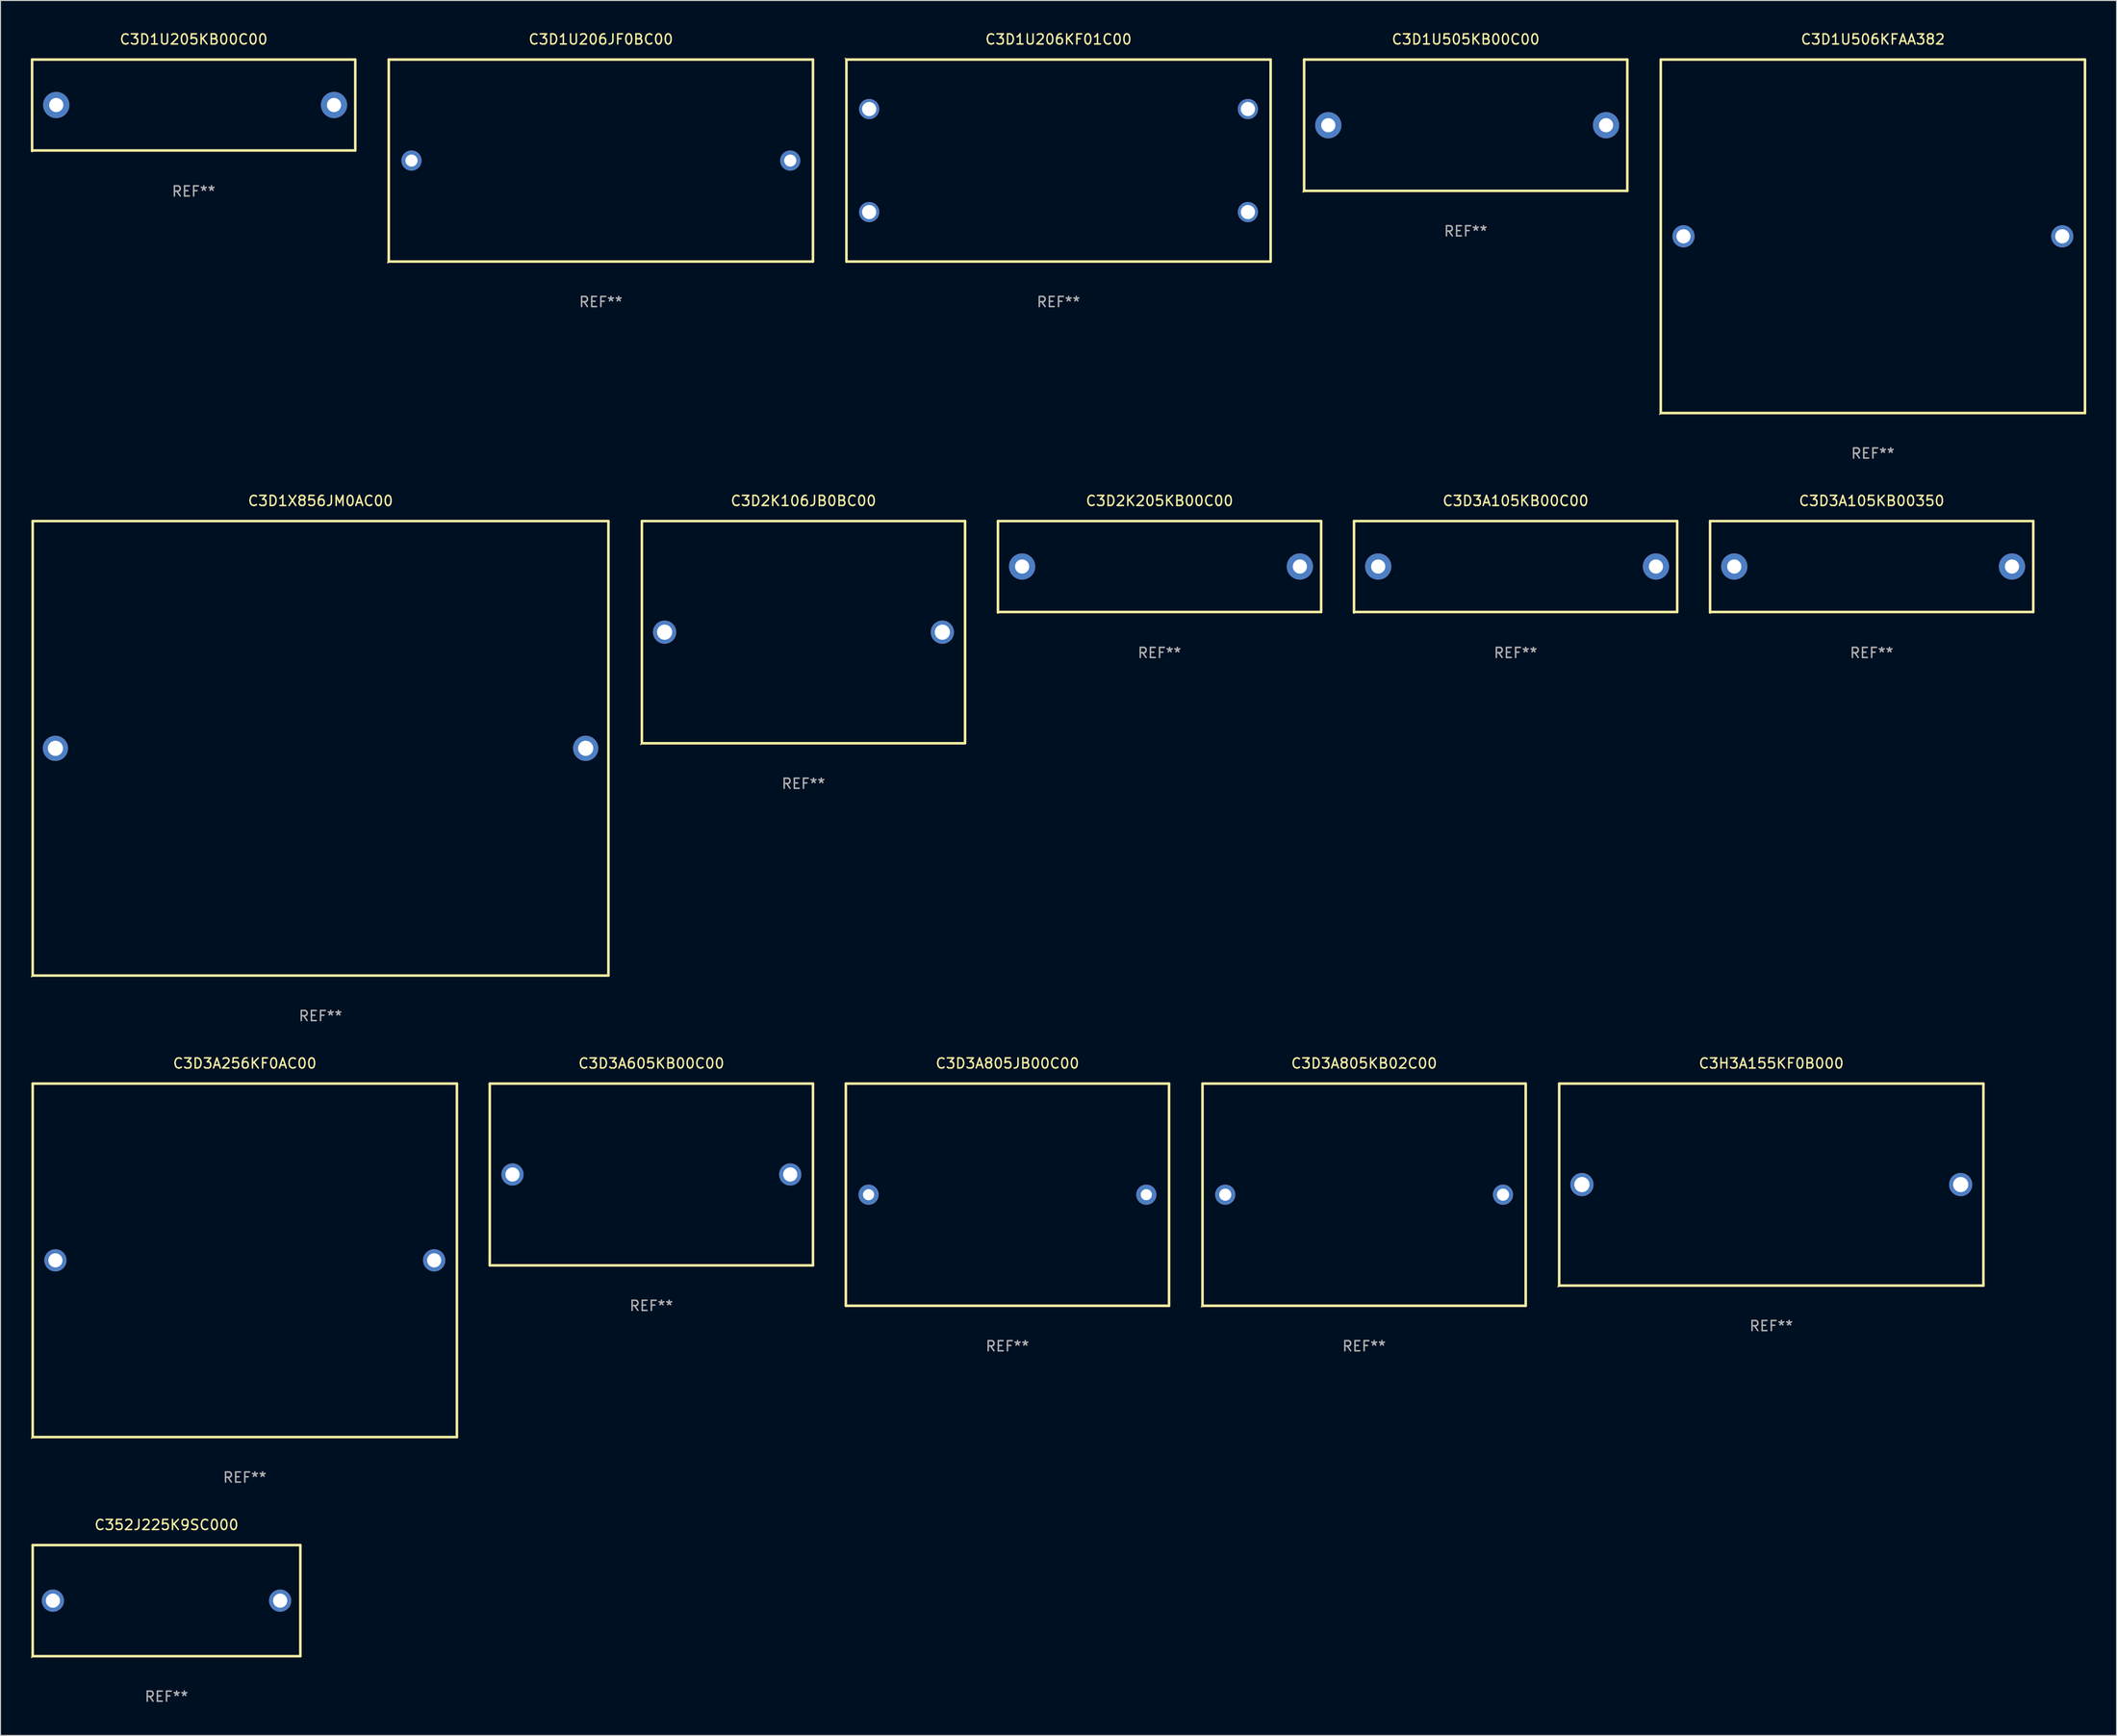
<source format=kicad_pcb>
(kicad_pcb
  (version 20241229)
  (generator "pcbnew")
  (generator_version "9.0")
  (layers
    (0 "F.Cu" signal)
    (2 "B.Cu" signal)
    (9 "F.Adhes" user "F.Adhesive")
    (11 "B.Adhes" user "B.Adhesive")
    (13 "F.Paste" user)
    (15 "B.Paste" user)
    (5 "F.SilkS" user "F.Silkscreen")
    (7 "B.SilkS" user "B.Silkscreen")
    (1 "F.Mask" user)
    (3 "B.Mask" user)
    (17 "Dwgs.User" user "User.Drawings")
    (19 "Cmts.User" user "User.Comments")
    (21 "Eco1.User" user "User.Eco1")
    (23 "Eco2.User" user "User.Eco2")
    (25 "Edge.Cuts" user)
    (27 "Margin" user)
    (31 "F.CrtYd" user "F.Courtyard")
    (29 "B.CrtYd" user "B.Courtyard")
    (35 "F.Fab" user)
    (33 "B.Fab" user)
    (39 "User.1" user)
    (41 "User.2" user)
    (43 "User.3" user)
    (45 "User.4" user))
  (footprint "C3D3A105KB00350"
    (layer "F.Cu")
    (at 182.261 53.07)
    (property "Reference" "C3D3A105KB00350" (at 0 -6.525 0) (layer "F.SilkS") (effects (font (size 1 1) (thickness 0.15))))
    (attr through_hole)
    (fp_line (start -15.999 -4.525) (end -15.999 4.525) (stroke (width 0.254) (type solid)) (layer "F.SilkS"))
    (fp_line (start -15.999 -4.525) (end 15.999 -4.525) (stroke (width 0.254) (type solid)) (layer "F.SilkS"))
    (fp_line (start 15.999 -4.525) (end 15.999 4.475) (stroke (width 0.254) (type solid)) (layer "F.SilkS"))
    (fp_line (start 15.999 4.475) (end -15.999 4.475) (stroke (width 0.254) (type solid)) (layer "F.SilkS"))
    (fp_circle (center -15.983 4.475) (end -15.953 4.475) (stroke (width 0.06) (type solid)) (fill no) (layer "F.SilkS"))
    (fp_text user "REF**" (at 0 8.525 0) (layer "F.Fab") (effects (font (size 1 1) (thickness 0.15))))
    (pad "1" thru_hole circle (at -13.606 -0.025) (size 2.6 2.6) (drill 1.4) (layers "*.Cu" "*.Mask"))
    (pad "2" thru_hole circle (at 13.894 -0.025) (size 2.6 2.6) (drill 1.4) (layers "*.Cu" "*.Mask")))
  (footprint "C3D1U206JF0BC00"
    (layer "F.Cu")
    (at 56.44 12.848)
    (property "Reference" "C3D1U206JF0BC00" (at 0 -12 0) (layer "F.SilkS") (effects (font (size 1 1) (thickness 0.15))))
    (attr through_hole)
    (fp_line (start -21 -10) (end -21 10) (stroke (width 0.254) (type solid)) (layer "F.SilkS"))
    (fp_line (start -21 -10) (end 21 -10) (stroke (width 0.254) (type solid)) (layer "F.SilkS"))
    (fp_line (start 21 -10) (end 21 10) (stroke (width 0.254) (type solid)) (layer "F.SilkS"))
    (fp_line (start 21 10) (end -21 10) (stroke (width 0.254) (type solid)) (layer "F.SilkS"))
    (fp_circle (center -21.127 10.127) (end -21.097 10.127) (stroke (width 0.06) (type solid)) (fill no) (layer "F.SilkS"))
    (fp_text user "REF**" (at 0 14 0) (layer "F.Fab") (effects (font (size 1 1) (thickness 0.15))))
    (pad "1" thru_hole circle (at -18.75 0) (size 2 2) (drill 1.2) (layers "*.Cu" "*.Mask"))
    (pad "2" thru_hole circle (at 18.75 0) (size 2 2) (drill 1.2) (layers "*.Cu" "*.Mask")))
  (footprint "C3D2K106JB0BC00"
    (layer "F.Cu")
    (at 76.501 59.545)
    (property "Reference" "C3D2K106JB0BC00" (at 0 -13 0) (layer "F.SilkS") (effects (font (size 1 1) (thickness 0.15))))
    (attr through_hole)
    (fp_line (start -16 -11) (end -16 11) (stroke (width 0.254) (type solid)) (layer "F.SilkS"))
    (fp_line (start -16 -11) (end 16 -11) (stroke (width 0.254) (type solid)) (layer "F.SilkS"))
    (fp_line (start 16 -11) (end 16 10.922) (stroke (width 0.254) (type solid)) (layer "F.SilkS"))
    (fp_line (start 16 11) (end -16 11) (stroke (width 0.254) (type solid)) (layer "F.SilkS"))
    (fp_circle (center -16.127 11.127) (end -16.097 11.127) (stroke (width 0.06) (type solid)) (fill no) (layer "F.SilkS"))
    (fp_text user "REF**" (at 0 15 0) (layer "F.Fab") (effects (font (size 1 1) (thickness 0.15))))
    (pad "1" thru_hole circle (at -13.75 0) (size 2.3 2.3) (drill 1.5) (layers "*.Cu" "*.Mask"))
    (pad "2" thru_hole circle (at 13.75 0) (size 2.3 2.3) (drill 1.5) (layers "*.Cu" "*.Mask")))
  (footprint "C352J225K9SC000"
    (layer "F.Cu")
    (at 13.437 155.438)
    (property "Reference" "C352J225K9SC000" (at 0 -7.5 0) (layer "F.SilkS") (effects (font (size 1 1) (thickness 0.15))))
    (attr through_hole)
    (fp_line (start -13.25 -5.5) (end 13.25 -5.5) (stroke (width 0.254) (type solid)) (layer "F.SilkS"))
    (fp_line (start -13.25 5.5) (end -13.25 -5.5) (stroke (width 0.254) (type solid)) (layer "F.SilkS"))
    (fp_line (start 13.25 -5.5) (end 13.25 5.5) (stroke (width 0.254) (type solid)) (layer "F.SilkS"))
    (fp_line (start 13.25 5.5) (end -13.25 5.5) (stroke (width 0.254) (type solid)) (layer "F.SilkS"))
    (fp_circle (center -13.377 5.627) (end -13.347 5.627) (stroke (width 0.06) (type solid)) (fill no) (layer "F.SilkS"))
    (fp_text user "REF**" (at 0 9.5 0) (layer "F.Fab") (effects (font (size 1 1) (thickness 0.15))))
    (pad "1" thru_hole circle (at -11.25 0) (size 2.2 2.2) (drill 1.4) (layers "*.Cu" "*.Mask"))
    (pad "2" thru_hole circle (at 11.25 0) (size 2.2 2.2) (drill 1.4) (layers "*.Cu" "*.Mask")))
  (footprint "C3D3A605KB00C00"
    (layer "F.Cu")
    (at 61.441 113.241)
    (property "Reference" "C3D3A605KB00C00" (at 0 -11 0) (layer "F.SilkS") (effects (font (size 1 1) (thickness 0.15))))
    (attr through_hole)
    (fp_line (start -16 -9) (end 16 -9) (stroke (width 0.254) (type solid)) (layer "F.SilkS"))
    (fp_line (start -16 9) (end -16 -9) (stroke (width 0.254) (type solid)) (layer "F.SilkS"))
    (fp_line (start 16 -9) (end 16 9) (stroke (width 0.254) (type solid)) (layer "F.SilkS"))
    (fp_line (start 16 9) (end -16 9) (stroke (width 0.254) (type solid)) (layer "F.SilkS"))
    (fp_circle (center -16 9) (end -15.97 9) (stroke (width 0.06) (type solid)) (fill no) (layer "F.SilkS"))
    (fp_text user "REF**" (at 0 13 0) (layer "F.Fab") (effects (font (size 1 1) (thickness 0.15))))
    (pad "1" thru_hole circle (at -13.75 0) (size 2.2 2.2) (drill 1.4) (layers "*.Cu" "*.Mask"))
    (pad "2" thru_hole circle (at 13.75 0) (size 2.2 2.2) (drill 1.4) (layers "*.Cu" "*.Mask")))
  (footprint "C3D3A105KB00C00"
    (layer "F.Cu")
    (at 147.008 53.07)
    (property "Reference" "C3D3A105KB00C00" (at 0 -6.525 0) (layer "F.SilkS") (effects (font (size 1 1) (thickness 0.15))))
    (attr through_hole)
    (fp_line (start -15.999 -4.525) (end -15.999 4.525) (stroke (width 0.254) (type solid)) (layer "F.SilkS"))
    (fp_line (start -15.999 -4.525) (end 15.999 -4.525) (stroke (width 0.254) (type solid)) (layer "F.SilkS"))
    (fp_line (start 15.999 -4.525) (end 15.999 4.475) (stroke (width 0.254) (type solid)) (layer "F.SilkS"))
    (fp_line (start 15.999 4.475) (end -15.999 4.475) (stroke (width 0.254) (type solid)) (layer "F.SilkS"))
    (fp_circle (center -15.983 4.475) (end -15.953 4.475) (stroke (width 0.06) (type solid)) (fill no) (layer "F.SilkS"))
    (fp_text user "REF**" (at 0 8.525 0) (layer "F.Fab") (effects (font (size 1 1) (thickness 0.15))))
    (pad "1" thru_hole circle (at -13.606 -0.025) (size 2.6 2.6) (drill 1.4) (layers "*.Cu" "*.Mask"))
    (pad "2" thru_hole circle (at 13.894 -0.025) (size 2.6 2.6) (drill 1.4) (layers "*.Cu" "*.Mask")))
  (footprint "C3D1U205KB00C00"
    (layer "F.Cu")
    (at 16.126 7.373)
    (property "Reference" "C3D1U205KB00C00" (at 0 -6.525 0) (layer "F.SilkS") (effects (font (size 1 1) (thickness 0.15))))
    (attr through_hole)
    (fp_line (start -15.999 -4.525) (end -15.999 4.525) (stroke (width 0.254) (type solid)) (layer "F.SilkS"))
    (fp_line (start -15.999 -4.525) (end 15.999 -4.525) (stroke (width 0.254) (type solid)) (layer "F.SilkS"))
    (fp_line (start 15.999 -4.525) (end 15.999 4.475) (stroke (width 0.254) (type solid)) (layer "F.SilkS"))
    (fp_line (start 15.999 4.475) (end -15.999 4.475) (stroke (width 0.254) (type solid)) (layer "F.SilkS"))
    (fp_circle (center -15.983 4.475) (end -15.953 4.475) (stroke (width 0.06) (type solid)) (fill no) (layer "F.SilkS"))
    (fp_text user "REF**" (at 0 8.525 0) (layer "F.Fab") (effects (font (size 1 1) (thickness 0.15))))
    (pad "1" thru_hole circle (at -13.606 -0.025) (size 2.6 2.6) (drill 1.4) (layers "*.Cu" "*.Mask"))
    (pad "2" thru_hole circle (at 13.894 -0.025) (size 2.6 2.6) (drill 1.4) (layers "*.Cu" "*.Mask")))
  (footprint "C3D1X856JM0AC00"
    (layer "F.Cu")
    (at 28.687 71.045)
    (property "Reference" "C3D1X856JM0AC00" (at 0 -24.5 0) (layer "F.SilkS") (effects (font (size 1 1) (thickness 0.15))))
    (attr through_hole)
    (fp_line (start -28.5 -22.5) (end -28.5 22.5) (stroke (width 0.254) (type solid)) (layer "F.SilkS"))
    (fp_line (start -28.5 -22.5) (end 28.5 -22.5) (stroke (width 0.254) (type solid)) (layer "F.SilkS"))
    (fp_line (start -28.5 22.5) (end 28.5 22.5) (stroke (width 0.254) (type solid)) (layer "F.SilkS"))
    (fp_line (start 28.5 -22.5) (end 28.5 22.5) (stroke (width 0.254) (type solid)) (layer "F.SilkS"))
    (fp_circle (center -28.627 22.627) (end -28.597 22.627) (stroke (width 0.06) (type solid)) (fill no) (layer "F.SilkS"))
    (fp_text user "REF**" (at 0 26.5 0) (layer "F.Fab") (effects (font (size 1 1) (thickness 0.15))))
    (pad "1" thru_hole circle (at -26.25 0) (size 2.5 2.5) (drill 1.5) (layers "*.Cu" "*.Mask"))
    (pad "2" thru_hole circle (at 26.25 0) (size 2.5 2.5) (drill 1.5) (layers "*.Cu" "*.Mask")))
  (footprint "C3D3A805JB00C00"
    (layer "F.Cu")
    (at 96.695 115.241)
    (property "Reference" "C3D3A805JB00C00" (at 0 -13 0) (layer "F.SilkS") (effects (font (size 1 1) (thickness 0.15))))
    (attr through_hole)
    (fp_line (start -16 -11) (end -16 11) (stroke (width 0.254) (type solid)) (layer "F.SilkS"))
    (fp_line (start -16 -11) (end 16 -11) (stroke (width 0.254) (type solid)) (layer "F.SilkS"))
    (fp_line (start 16 -11) (end 16 11) (stroke (width 0.254) (type solid)) (layer "F.SilkS"))
    (fp_line (start 16 11) (end -16 11) (stroke (width 0.254) (type solid)) (layer "F.SilkS"))
    (fp_circle (center -16 11) (end -15.97 11) (stroke (width 0.06) (type solid)) (fill no) (layer "F.SilkS"))
    (fp_text user "REF**" (at 0 15 0) (layer "F.Fab") (effects (font (size 1 1) (thickness 0.15))))
    (pad "1" thru_hole circle (at -13.75 0) (size 2 2) (drill 1.1) (layers "*.Cu" "*.Mask"))
    (pad "2" thru_hole circle (at 13.75 0) (size 2 2) (drill 1.1) (layers "*.Cu" "*.Mask")))
  (footprint "C3D1U506KFAA382"
    (layer "F.Cu")
    (at 182.381 20.348)
    (property "Reference" "C3D1U506KFAA382" (at 0 -19.5 0) (layer "F.SilkS") (effects (font (size 1 1) (thickness 0.15))))
    (attr through_hole)
    (fp_line (start -21 -17.5) (end -21 17.5) (stroke (width 0.254) (type solid)) (layer "F.SilkS"))
    (fp_line (start -21 -17.5) (end 20.701 -17.5) (stroke (width 0.254) (type solid)) (layer "F.SilkS"))
    (fp_line (start 20.701 -17.5) (end 21 -17.5) (stroke (width 0.254) (type solid)) (layer "F.SilkS"))
    (fp_line (start 21 -17.5) (end 21 17.5) (stroke (width 0.254) (type solid)) (layer "F.SilkS"))
    (fp_line (start 21 17.5) (end -21 17.5) (stroke (width 0.254) (type solid)) (layer "F.SilkS"))
    (fp_circle (center -21.127 17.627) (end -21.097 17.627) (stroke (width 0.06) (type solid)) (fill no) (layer "F.SilkS"))
    (fp_text user "REF**" (at 0 21.5 0) (layer "F.Fab") (effects (font (size 1 1) (thickness 0.15))))
    (pad "1" thru_hole circle (at -18.75 0) (size 2.2 2.2) (drill 1.4) (layers "*.Cu" "*.Mask"))
    (pad "2" thru_hole circle (at 18.75 0) (size 2.2 2.2) (drill 1.4) (layers "*.Cu" "*.Mask")))
  (footprint "C3D2K205KB00C00"
    (layer "F.Cu")
    (at 111.755 53.07)
    (property "Reference" "C3D2K205KB00C00" (at 0 -6.525 0) (layer "F.SilkS") (effects (font (size 1 1) (thickness 0.15))))
    (attr through_hole)
    (fp_line (start -15.999 -4.525) (end -15.999 4.525) (stroke (width 0.254) (type solid)) (layer "F.SilkS"))
    (fp_line (start -15.999 -4.525) (end 15.999 -4.525) (stroke (width 0.254) (type solid)) (layer "F.SilkS"))
    (fp_line (start 15.999 -4.525) (end 15.999 4.475) (stroke (width 0.254) (type solid)) (layer "F.SilkS"))
    (fp_line (start 15.999 4.475) (end -15.999 4.475) (stroke (width 0.254) (type solid)) (layer "F.SilkS"))
    (fp_circle (center -15.983 4.475) (end -15.953 4.475) (stroke (width 0.06) (type solid)) (fill no) (layer "F.SilkS"))
    (fp_text user "REF**" (at 0 8.525 0) (layer "F.Fab") (effects (font (size 1 1) (thickness 0.15))))
    (pad "1" thru_hole circle (at -13.606 -0.025) (size 2.6 2.6) (drill 1.4) (layers "*.Cu" "*.Mask"))
    (pad "2" thru_hole circle (at 13.894 -0.025) (size 2.6 2.6) (drill 1.4) (layers "*.Cu" "*.Mask")))
  (footprint "C3D3A805KB02C00"
    (layer "F.Cu")
    (at 132.009 115.241)
    (property "Reference" "C3D3A805KB02C00" (at 0 -13 0) (layer "F.SilkS") (effects (font (size 1 1) (thickness 0.15))))
    (attr through_hole)
    (fp_line (start -16 -11) (end -16 11) (stroke (width 0.254) (type solid)) (layer "F.SilkS"))
    (fp_line (start -16 -11) (end 16 -11) (stroke (width 0.254) (type solid)) (layer "F.SilkS"))
    (fp_line (start 16 -11) (end 16 11) (stroke (width 0.254) (type solid)) (layer "F.SilkS"))
    (fp_line (start 16 11) (end -16 11) (stroke (width 0.254) (type solid)) (layer "F.SilkS"))
    (fp_circle (center -16.127 11.127) (end -16.097 11.127) (stroke (width 0.06) (type solid)) (fill no) (layer "F.SilkS"))
    (fp_text user "REF**" (at 0 15 0) (layer "F.Fab") (effects (font (size 1 1) (thickness 0.15))))
    (pad "1" thru_hole circle (at -13.75 0) (size 2 2) (drill 1.2) (layers "*.Cu" "*.Mask"))
    (pad "2" thru_hole circle (at 13.75 0) (size 2 2) (drill 1.2) (layers "*.Cu" "*.Mask")))
  (footprint "C3D1U505KB00C00"
    (layer "F.Cu")
    (at 142.068 9.348)
    (property "Reference" "C3D1U505KB00C00" (at 0 -8.5 0) (layer "F.SilkS") (effects (font (size 1 1) (thickness 0.15))))
    (attr through_hole)
    (fp_line (start -15.999 -6.5) (end -15.999 6.5) (stroke (width 0.254) (type solid)) (layer "F.SilkS"))
    (fp_line (start -15.999 -6.5) (end 15.999 -6.5) (stroke (width 0.254) (type solid)) (layer "F.SilkS"))
    (fp_line (start 15.999 -6.5) (end 15.999 6.5) (stroke (width 0.254) (type solid)) (layer "F.SilkS"))
    (fp_line (start 15.999 6.5) (end -15.999 6.5) (stroke (width 0.254) (type solid)) (layer "F.SilkS"))
    (fp_circle (center -16.126 6.627) (end -16.096 6.627) (stroke (width 0.06) (type solid)) (fill no) (layer "F.SilkS"))
    (fp_text user "REF**" (at 0 10.5 0) (layer "F.Fab") (effects (font (size 1 1) (thickness 0.15))))
    (pad "1" thru_hole circle (at -13.606 0) (size 2.6 2.6) (drill 1.4) (layers "*.Cu" "*.Mask"))
    (pad "2" thru_hole circle (at 13.894 0) (size 2.6 2.6) (drill 1.4) (layers "*.Cu" "*.Mask")))
  (footprint "C3D1U206KF01C00"
    (layer "F.Cu")
    (at 101.754 12.848)
    (property "Reference" "C3D1U206KF01C00" (at 0 -12 0) (layer "F.SilkS") (effects (font (size 1 1) (thickness 0.15))))
    (attr through_hole)
    (fp_line (start -21 -10) (end 21 -10) (stroke (width 0.254) (type solid)) (layer "F.SilkS"))
    (fp_line (start -21 10) (end -21 -10) (stroke (width 0.254) (type solid)) (layer "F.SilkS"))
    (fp_line (start 21 -10) (end 21 10) (stroke (width 0.254) (type solid)) (layer "F.SilkS"))
    (fp_line (start 21 10) (end -21 10) (stroke (width 0.254) (type solid)) (layer "F.SilkS"))
    (fp_circle (center -21.127 -10.127) (end -21.097 -10.127) (stroke (width 0.06) (type solid)) (fill no) (layer "F.SilkS"))
    (fp_text user "REF**" (at 0 14 0) (layer "F.Fab") (effects (font (size 1 1) (thickness 0.15))))
    (pad "1" thru_hole circle (at -18.75 -5.1) (size 2 2) (drill 1.4) (layers "*.Cu" "*.Mask"))
    (pad "2" thru_hole circle (at -18.75 5.1) (size 2 2) (drill 1.4) (layers "*.Cu" "*.Mask"))
    (pad "3" thru_hole circle (at 18.75 5.1) (size 2 2) (drill 1.4) (layers "*.Cu" "*.Mask"))
    (pad "4" thru_hole circle (at 18.75 -5.1) (size 2 2) (drill 1.4) (layers "*.Cu" "*.Mask")))
  (footprint "C3H3A155KF0B000"
    (layer "F.Cu")
    (at 172.323 114.241)
    (property "Reference" "C3H3A155KF0B000" (at 0 -12 0) (layer "F.SilkS") (effects (font (size 1 1) (thickness 0.15))))
    (attr through_hole)
    (fp_line (start -21 -10) (end -21 10) (stroke (width 0.254) (type solid)) (layer "F.SilkS"))
    (fp_line (start -21 -10) (end 21 -10) (stroke (width 0.254) (type solid)) (layer "F.SilkS"))
    (fp_line (start 21 -10) (end 21 10) (stroke (width 0.254) (type solid)) (layer "F.SilkS"))
    (fp_line (start 21 10) (end -21 10) (stroke (width 0.254) (type solid)) (layer "F.SilkS"))
    (fp_circle (center -21.127 10.127) (end -21.097 10.127) (stroke (width 0.06) (type solid)) (fill no) (layer "F.SilkS"))
    (fp_text user "REF**" (at 0 14 0) (layer "F.Fab") (effects (font (size 1 1) (thickness 0.15))))
    (pad "1" thru_hole circle (at -18.75 0) (size 2.3 2.3) (drill 1.5) (layers "*.Cu" "*.Mask"))
    (pad "2" thru_hole circle (at 18.75 0) (size 2.3 2.3) (drill 1.5) (layers "*.Cu" "*.Mask")))
  (footprint "C3D3A256KF0AC00"
    (layer "F.Cu")
    (at 21.187 121.741)
    (property "Reference" "C3D3A256KF0AC00" (at 0 -19.5 0) (layer "F.SilkS") (effects (font (size 1 1) (thickness 0.15))))
    (attr through_hole)
    (fp_line (start -21 -17.5) (end -21 17.5) (stroke (width 0.254) (type solid)) (layer "F.SilkS"))
    (fp_line (start -21 -17.5) (end 20.701 -17.5) (stroke (width 0.254) (type solid)) (layer "F.SilkS"))
    (fp_line (start 20.701 -17.5) (end 21 -17.5) (stroke (width 0.254) (type solid)) (layer "F.SilkS"))
    (fp_line (start 21 -17.5) (end 21 17.5) (stroke (width 0.254) (type solid)) (layer "F.SilkS"))
    (fp_line (start 21 17.5) (end -21 17.5) (stroke (width 0.254) (type solid)) (layer "F.SilkS"))
    (fp_circle (center -21.127 17.627) (end -21.097 17.627) (stroke (width 0.06) (type solid)) (fill no) (layer "F.SilkS"))
    (fp_text user "REF**" (at 0 21.5 0) (layer "F.Fab") (effects (font (size 1 1) (thickness 0.15))))
    (pad "1" thru_hole circle (at -18.75 0) (size 2.2 2.2) (drill 1.4) (layers "*.Cu" "*.Mask"))
    (pad "2" thru_hole circle (at 18.75 0) (size 2.2 2.2) (drill 1.4) (layers "*.Cu" "*.Mask")))
  (gr_rect
    (start -3 -3)
    (end 206.508 168.786)
    (stroke (width 0.1) (type default))
    (fill no)
    (layer "Edge.Cuts")))
</source>
